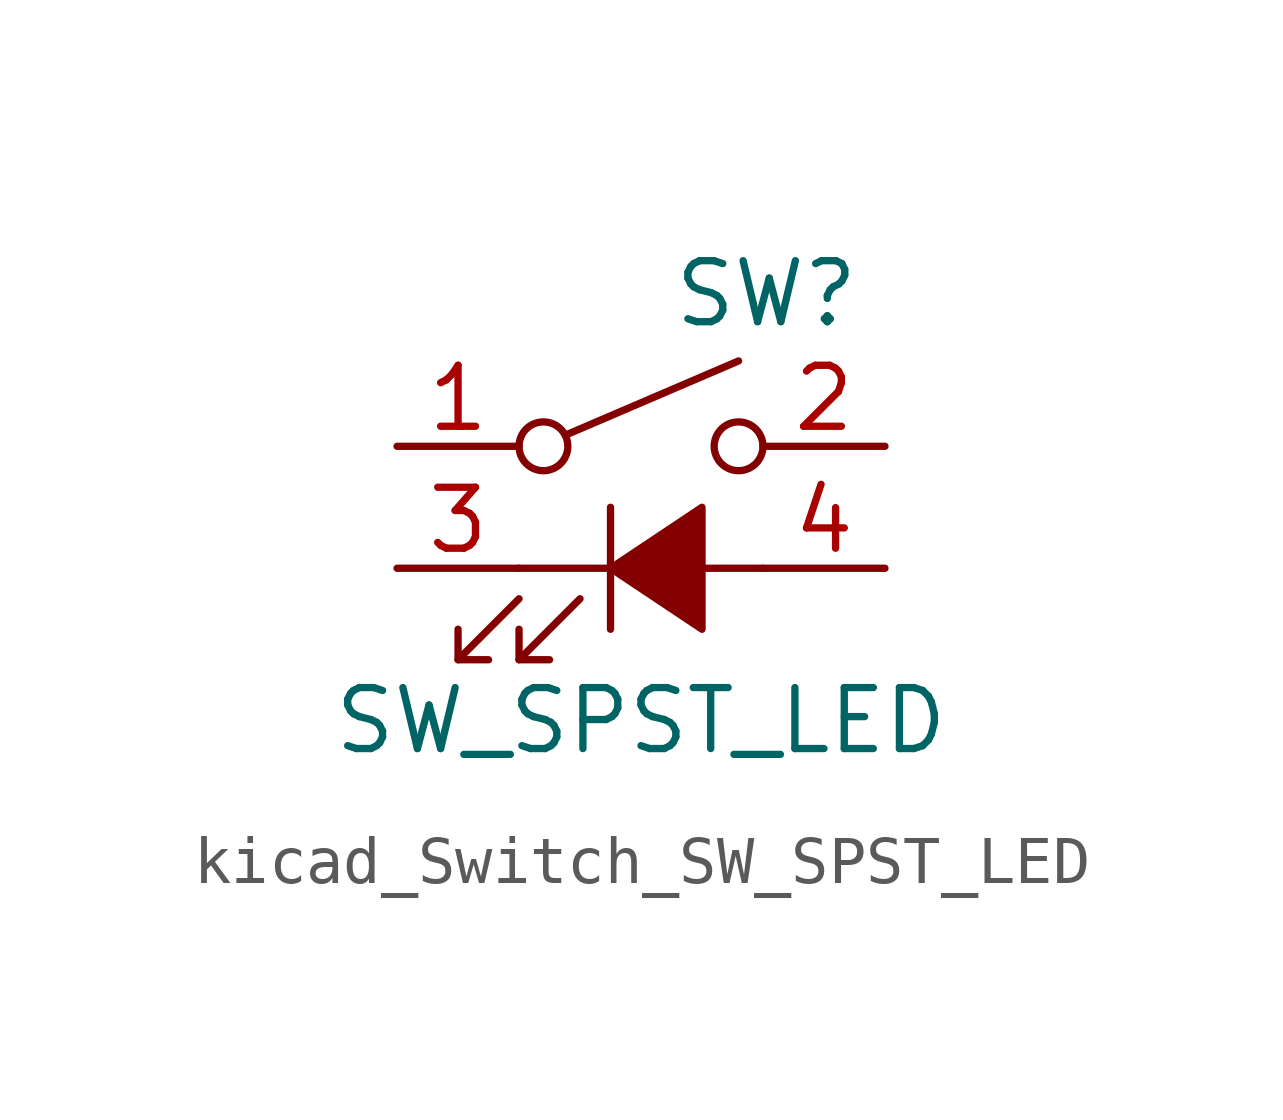
<source format=kicad_sym>
(kicad_symbol_lib
  (version 20220914)
  (generator kicad_symbol_editor)
  (symbol "kicad_Switch_SW_SPST_LED"
    (pin_names
      (offset 1.016) hide)
    (property "Reference" "SW"
      (at 0.635 5.715 0)
      (effects (font (size 1.27 1.27)) (justify left)))
    (property "Value" "SW_SPST_LED"
      (at 0 -3.175 0)
      (effects (font (size 1.27 1.27))))
    (symbol "kicad_Switch_SW_SPST_LED_0_0"
      (polyline (pts (xy -3.81 -1.905) (xy -2.54 -0.635)) (stroke (width 0) (type default)) (fill (type none)))
      (polyline (pts (xy -2.54 -1.905) (xy -1.27 -0.635)) (stroke (width 0) (type default)) (fill (type none)))
      (polyline (pts (xy -2.54 0) (xy 2.54 0)) (stroke (width 0) (type default)) (fill (type none)))
      (polyline (pts (xy -0.635 1.27) (xy -0.635 -1.27)) (stroke (width 0) (type default)) (fill (type none)))
      (polyline (pts (xy -3.81 -1.27) (xy -3.81 -1.905) (xy -3.175 -1.905)) (stroke (width 0) (type default)) (fill (type none)))
      (polyline (pts (xy -2.54 -1.27) (xy -2.54 -1.905) (xy -1.905 -1.905)) (stroke (width 0) (type default)) (fill (type none)))
      (polyline (pts (xy -0.635 0) (xy 1.27 1.27) (xy 1.27 -1.27) (xy -0.635 0)) (stroke (width 0) (type default)) (fill (type outline))))
    (symbol "kicad_Switch_SW_SPST_LED_0_1"
      (circle (center -2.032 2.54) (radius 0.508) (stroke (width 0) (type default)) (fill (type none)))
      (polyline (pts (xy -1.524 2.794) (xy 2.032 4.318)) (stroke (width 0) (type default)) (fill (type none)))
      (circle (center 2.032 2.54) (radius 0.508) (stroke (width 0) (type default)) (fill (type none)))
      (pin passive line (at -5.08 2.54 0) (length 2.54) (name "1" (effects (font (size 1.27 1.27)))) (number "1" (effects (font (size 1.27 1.27)))))
      (pin passive line (at 5.08 2.54 180) (length 2.54) (name "2" (effects (font (size 1.27 1.27)))) (number "2" (effects (font (size 1.27 1.27)))))
      (pin passive line (at -5.08 0 0) (length 2.54) (name "K" (effects (font (size 1.27 1.27)))) (number "3" (effects (font (size 1.27 1.27)))))
      (pin passive line (at 5.08 0 180) (length 2.54) (name "A" (effects (font (size 1.27 1.27)))) (number "4" (effects (font (size 1.27 1.27))))))))
</source>
